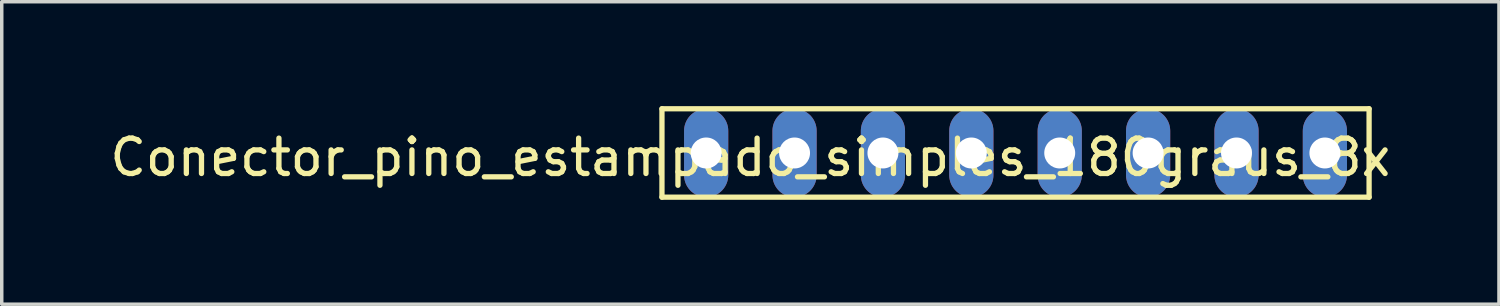
<source format=kicad_pcb>
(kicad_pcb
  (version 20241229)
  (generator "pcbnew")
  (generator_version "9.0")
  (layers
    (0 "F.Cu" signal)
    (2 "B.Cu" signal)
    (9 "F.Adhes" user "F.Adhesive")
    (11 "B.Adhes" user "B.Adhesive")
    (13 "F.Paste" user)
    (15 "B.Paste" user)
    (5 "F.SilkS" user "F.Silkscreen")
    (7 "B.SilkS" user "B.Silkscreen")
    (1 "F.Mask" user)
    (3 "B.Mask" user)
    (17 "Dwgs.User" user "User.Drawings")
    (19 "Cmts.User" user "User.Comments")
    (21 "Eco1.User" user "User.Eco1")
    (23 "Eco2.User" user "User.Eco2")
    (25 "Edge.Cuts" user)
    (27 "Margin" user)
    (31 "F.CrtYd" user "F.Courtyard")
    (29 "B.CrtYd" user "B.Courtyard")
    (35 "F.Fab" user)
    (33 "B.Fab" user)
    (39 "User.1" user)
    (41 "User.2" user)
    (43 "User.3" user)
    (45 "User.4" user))
  (footprint "Conector_pino_estampado_simples_180graus_8x"
    (layer "F.Cu")
    (at 17.242 1.346)
    (property "Reference" "Conector_pino_estampado_simples_180graus_8x" (at 1.27 0.127 0) (layer "F.SilkS") (effects (font (size 1.016 1.016) (thickness 0.152))))
    (attr through_hole)
    (fp_line (start -1.27 -1.27) (end 19.05 -1.27) (stroke (width 0.152) (type solid)) (layer "F.SilkS"))
    (fp_line (start -1.27 1.27) (end -1.27 -1.27) (stroke (width 0.152) (type solid)) (layer "F.SilkS"))
    (fp_line (start 19.05 -1.27) (end 19.05 1.27) (stroke (width 0.152) (type solid)) (layer "F.SilkS"))
    (fp_line (start 19.05 1.27) (end -1.27 1.27) (stroke (width 0.152) (type solid)) (layer "F.SilkS"))
    (pad "1" thru_hole oval (at 0 0) (size 1.27 2.54) (drill 0.889) (layers "*.Cu" "*.Mask"))
    (pad "2" thru_hole oval (at 2.54 0) (size 1.27 2.54) (drill 0.889) (layers "*.Cu" "*.Mask"))
    (pad "3" thru_hole oval (at 5.08 0) (size 1.27 2.54) (drill 0.889) (layers "*.Cu" "*.Mask"))
    (pad "4" thru_hole oval (at 7.62 0) (size 1.27 2.54) (drill 0.889) (layers "*.Cu" "*.Mask"))
    (pad "5" thru_hole oval (at 10.16 0) (size 1.27 2.54) (drill 0.889) (layers "*.Cu" "*.Mask"))
    (pad "6" thru_hole oval (at 12.7 0) (size 1.27 2.54) (drill 0.889) (layers "*.Cu" "*.Mask"))
    (pad "7" thru_hole oval (at 15.24 0) (size 1.27 2.54) (drill 0.889) (layers "*.Cu" "*.Mask"))
    (pad "8" thru_hole oval (at 17.78 0) (size 1.27 2.54) (drill 0.889) (layers "*.Cu" "*.Mask")))
  (gr_rect
    (start -3 -3)
    (end 40.024 5.692)
    (stroke (width 0.1) (type default))
    (fill no)
    (layer "Edge.Cuts")))
</source>
